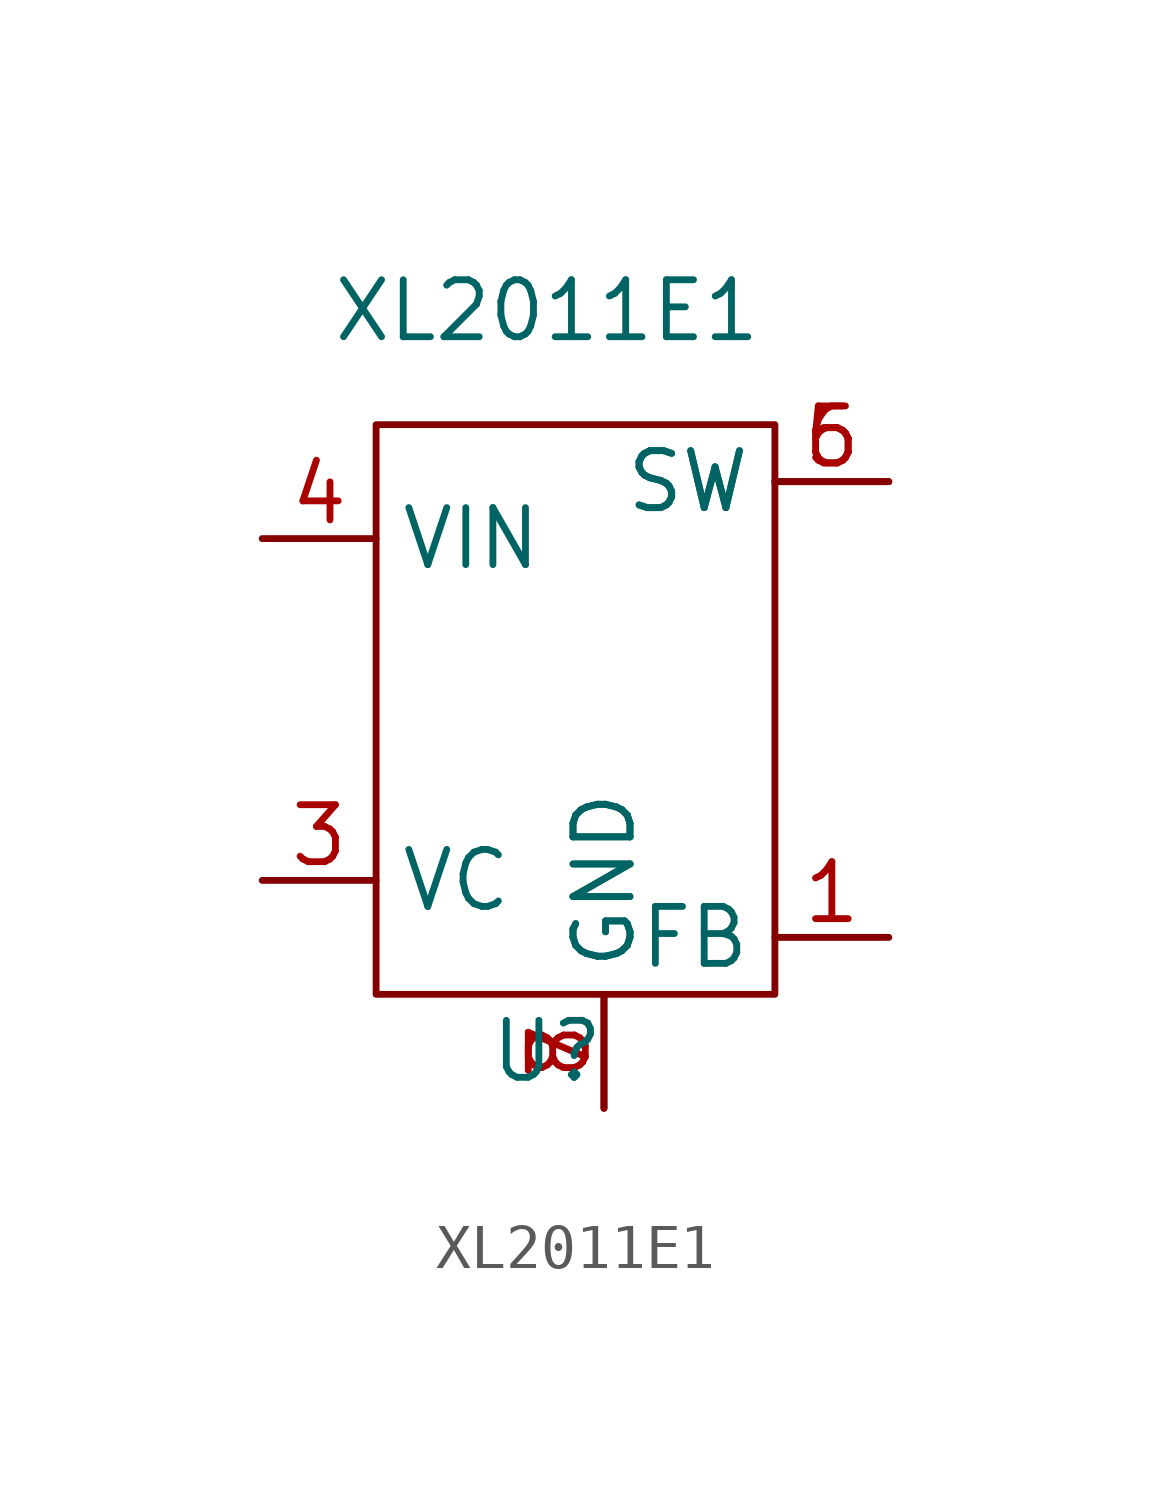
<source format=kicad_sym>
(kicad_symbol_lib
  (version 20211014)
  (generator kicad_symbol_editor)
  (symbol "XL2011E1"
    (property "Reference" "U"
      (at -1.27 -7.62 0)
      (effects (font (size 1.27 1.27))))
    (property "Value" "XL2011E1"
      (at -1.27 8.89 0)
      (effects (font (size 1.27 1.27))))
    (symbol "XL2011E1_0_1"
      (rectangle (start -5.08 6.35) (end 3.81 -6.35) (stroke (width 0) (type default) (color 0 0 0 0)) (fill (type none))))
    (symbol "XL2011E1_1_1"
      (pin input line (at 6.35 -5.08 180) (length 2.54) (name "FB" (effects (font (size 1.27 1.27)))) (number "1" (effects (font (size 1.27 1.27)))))
      (pin input line (at -7.62 -3.81 0) (length 2.54) (name "VC" (effects (font (size 1.27 1.27)))) (number "3" (effects (font (size 1.27 1.27)))))
      (pin power_in line (at -7.62 3.81 0) (length 2.54) (name "VIN" (effects (font (size 1.27 1.27)))) (number "4" (effects (font (size 1.27 1.27)))))
      (pin power_out line (at 6.35 5.08 180) (length 2.54) (name "SW" (effects (font (size 1.27 1.27)))) (number "5" (effects (font (size 1.27 1.27)))))
      (pin power_out line (at 6.35 5.08 180) (length 2.54) (name "SW" (effects (font (size 1.27 1.27)))) (number "6" (effects (font (size 1.27 1.27)))))
      (pin power_in line (at 0 -8.89 90) (length 2.54) (name "GND" (effects (font (size 1.27 1.27)))) (number "7" (effects (font (size 1.27 1.27)))))
      (pin power_in line (at 0 -8.89 90) (length 2.54) (name "GND" (effects (font (size 1.27 1.27)))) (number "8" (effects (font (size 1.27 1.27))))))))
</source>
